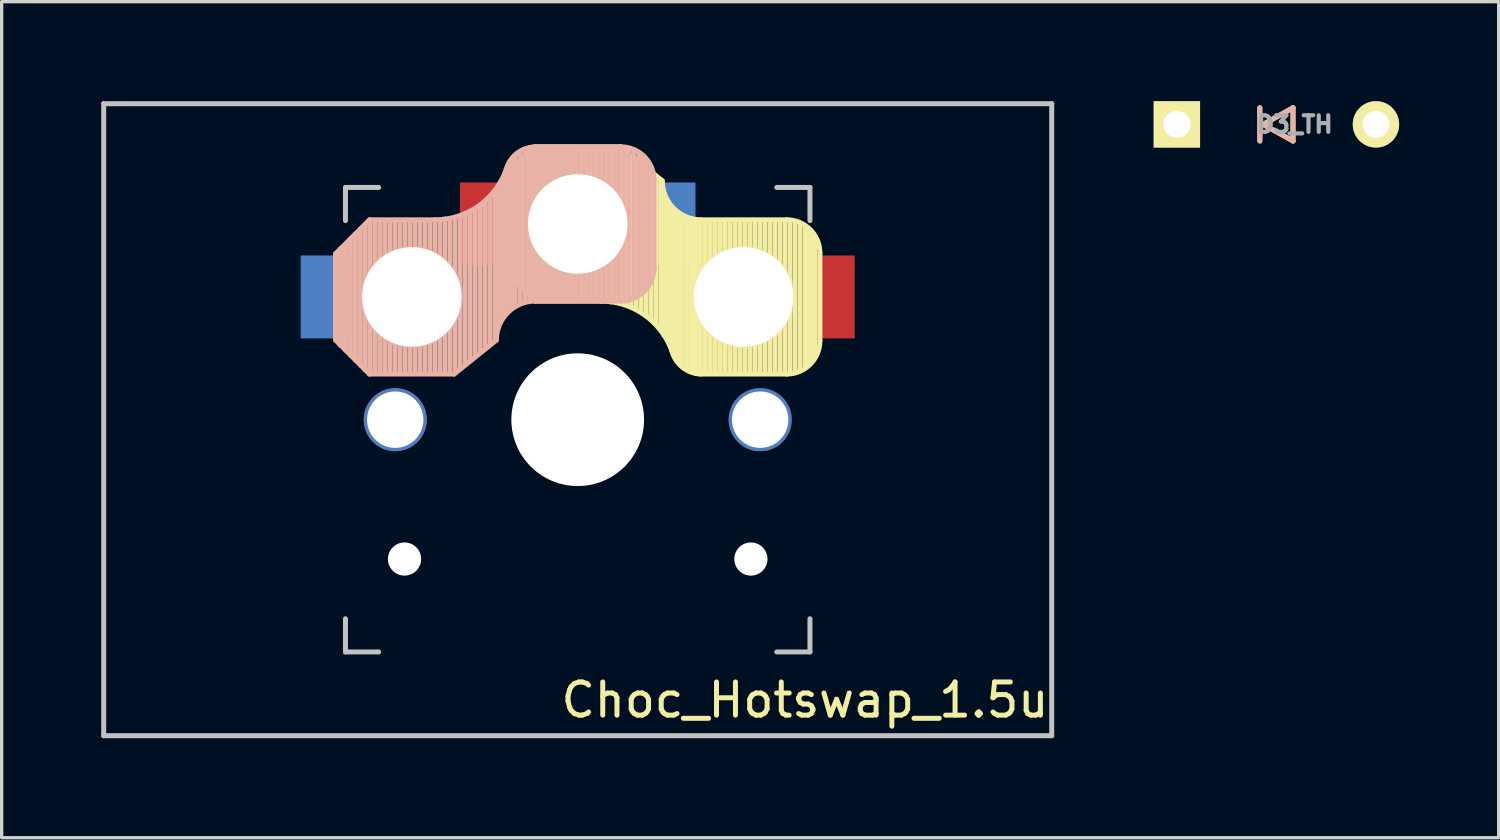
<source format=kicad_pcb>
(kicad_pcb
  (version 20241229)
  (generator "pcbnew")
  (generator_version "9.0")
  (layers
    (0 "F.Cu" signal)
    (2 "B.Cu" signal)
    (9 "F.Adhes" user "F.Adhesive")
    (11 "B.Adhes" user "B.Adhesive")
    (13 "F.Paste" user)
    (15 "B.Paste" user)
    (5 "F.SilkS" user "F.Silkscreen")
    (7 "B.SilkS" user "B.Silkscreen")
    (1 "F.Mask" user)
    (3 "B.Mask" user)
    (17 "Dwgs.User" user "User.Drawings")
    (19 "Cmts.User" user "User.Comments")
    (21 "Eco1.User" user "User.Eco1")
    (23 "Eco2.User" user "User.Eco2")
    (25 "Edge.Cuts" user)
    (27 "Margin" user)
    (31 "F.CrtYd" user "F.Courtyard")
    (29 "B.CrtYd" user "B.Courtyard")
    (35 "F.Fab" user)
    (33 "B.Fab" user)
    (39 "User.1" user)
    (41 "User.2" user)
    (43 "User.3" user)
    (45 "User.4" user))
  (footprint "Choc_Hotswap_1.5u"
    (layer "F.Cu")
    (at 14.363 9.6)
    (property "Reference" "Choc_Hotswap_1.5u" (at 6.85 8.45 180) (layer "F.SilkS") (effects (font (size 1 1) (thickness 0.15))))
    (attr through_hole)
    (fp_line (start -2.3 -7.2) (end -2.3 -4.6) (stroke (width 0.15) (type solid)) (layer "F.SilkS"))
    (fp_line (start -2.3 -7.2) (end -1.275 -8.225) (stroke (width 0.15) (type solid)) (layer "F.SilkS"))
    (fp_line (start -2.3 -4.6) (end -1.275 -3.575) (stroke (width 0.15) (type solid)) (layer "F.SilkS"))
    (fp_line (start -2.15 -4.45) (end -2.15 -7.35) (stroke (width 0.15) (type solid)) (layer "F.SilkS"))
    (fp_line (start -2 -4.35) (end -2 -7.5) (stroke (width 0.15) (type solid)) (layer "F.SilkS"))
    (fp_line (start -1.85 -4.15) (end -1.85 -7.65) (stroke (width 0.15) (type solid)) (layer "F.SilkS"))
    (fp_line (start -1.7 -4) (end -1.7 -7.8) (stroke (width 0.15) (type solid)) (layer "F.SilkS"))
    (fp_line (start -1.55 -3.85) (end -1.55 -7.95) (stroke (width 0.15) (type solid)) (layer "F.SilkS"))
    (fp_line (start -1.4 -3.75) (end -1.4 -8.1) (stroke (width 0.15) (type solid)) (layer "F.SilkS"))
    (fp_line (start -1.25 -3.6) (end -1.25 -8.2) (stroke (width 0.15) (type solid)) (layer "F.SilkS"))
    (fp_line (start -1.1 -3.6) (end -1.1 -8.2) (stroke (width 0.15) (type solid)) (layer "F.SilkS"))
    (fp_line (start -0.95 -3.6) (end -0.95 -8.2) (stroke (width 0.15) (type solid)) (layer "F.SilkS"))
    (fp_line (start -0.8 -3.6) (end -0.8 -8.2) (stroke (width 0.15) (type solid)) (layer "F.SilkS"))
    (fp_line (start -0.65 -3.6) (end -0.65 -8.2) (stroke (width 0.15) (type solid)) (layer "F.SilkS"))
    (fp_line (start -0.5 -3.6) (end -0.5 -8.2) (stroke (width 0.15) (type solid)) (layer "F.SilkS"))
    (fp_line (start -0.35 -3.6) (end -0.35 -8.2) (stroke (width 0.15) (type solid)) (layer "F.SilkS"))
    (fp_line (start -0.2 -3.6) (end -0.2 -8.2) (stroke (width 0.15) (type solid)) (layer "F.SilkS"))
    (fp_line (start -0.05 -3.6) (end -0.05 -8.2) (stroke (width 0.15) (type solid)) (layer "F.SilkS"))
    (fp_line (start 0.1 -3.6) (end 0.1 -8.2) (stroke (width 0.15) (type solid)) (layer "F.SilkS"))
    (fp_line (start 0.25 -3.6) (end 0.25 -8.2) (stroke (width 0.15) (type solid)) (layer "F.SilkS"))
    (fp_line (start 0.4 -3.6) (end 0.4 -8.2) (stroke (width 0.15) (type solid)) (layer "F.SilkS"))
    (fp_line (start 0.55 -3.6) (end 0.55 -8.2) (stroke (width 0.15) (type solid)) (layer "F.SilkS"))
    (fp_line (start 0.7 -3.6) (end 0.7 -8.2) (stroke (width 0.15) (type solid)) (layer "F.SilkS"))
    (fp_line (start 0.7 -3.575) (end -1.275 -3.575) (stroke (width 0.15) (type solid)) (layer "F.SilkS"))
    (fp_line (start 0.85 -3.6) (end 0.85 -8.15) (stroke (width 0.15) (type solid)) (layer "F.SilkS"))
    (fp_line (start 1 -3.55) (end 1 -8.2) (stroke (width 0.15) (type solid)) (layer "F.SilkS"))
    (fp_line (start 1.15 -3.55) (end 1.15 -8.2) (stroke (width 0.15) (type solid)) (layer "F.SilkS"))
    (fp_line (start 1.275 -8.225) (end -1.275 -8.225) (stroke (width 0.15) (type solid)) (layer "F.SilkS"))
    (fp_line (start 1.275 -8.225) (end 2.55 -7.2) (stroke (width 0.15) (type solid)) (layer "F.SilkS"))
    (fp_line (start 1.3 -3.55) (end 1.3 -8.15) (stroke (width 0.15) (type solid)) (layer "F.SilkS"))
    (fp_line (start 1.45 -3.5) (end 1.45 -8.05) (stroke (width 0.15) (type solid)) (layer "F.SilkS"))
    (fp_line (start 1.6 -3.4) (end 1.6 -7.95) (stroke (width 0.15) (type solid)) (layer "F.SilkS"))
    (fp_line (start 1.75 -3.35) (end 1.75 -7.8) (stroke (width 0.15) (type solid)) (layer "F.SilkS"))
    (fp_line (start 1.9 -3.25) (end 1.9 -7.7) (stroke (width 0.15) (type solid)) (layer "F.SilkS"))
    (fp_line (start 2.05 -3.15) (end 2.05 -7.55) (stroke (width 0.15) (type solid)) (layer "F.SilkS"))
    (fp_line (start 2.2 -3.05) (end 2.2 -7.45) (stroke (width 0.15) (type solid)) (layer "F.SilkS"))
    (fp_line (start 2.35 -2.9) (end 2.35 -7.35) (stroke (width 0.15) (type solid)) (layer "F.SilkS"))
    (fp_line (start 2.5 -2.75) (end 2.5 -7.2) (stroke (width 0.15) (type solid)) (layer "F.SilkS"))
    (fp_line (start 2.6 -2.55) (end 2.6 -6.7) (stroke (width 0.15) (type solid)) (layer "F.SilkS"))
    (fp_line (start 2.7 -2.4) (end 2.7 -6.55) (stroke (width 0.15) (type solid)) (layer "F.SilkS"))
    (fp_line (start 2.8 -2.2) (end 2.8 -6.35) (stroke (width 0.15) (type solid)) (layer "F.SilkS"))
    (fp_line (start 2.9 -2.05) (end 2.9 -6.25) (stroke (width 0.15) (type solid)) (layer "F.SilkS"))
    (fp_line (start 3 -1.8) (end 3 -6.2) (stroke (width 0.15) (type solid)) (layer "F.SilkS"))
    (fp_line (start 3.1 -1.65) (end 3.1 -6.15) (stroke (width 0.15) (type solid)) (layer "F.SilkS"))
    (fp_line (start 3.25 -1.55) (end 3.25 -6.1) (stroke (width 0.15) (type solid)) (layer "F.SilkS"))
    (fp_line (start 3.4 -1.45) (end 3.4 -6) (stroke (width 0.15) (type solid)) (layer "F.SilkS"))
    (fp_line (start 3.55 -1.4) (end 3.55 -6) (stroke (width 0.15) (type solid)) (layer "F.SilkS"))
    (fp_line (start 3.7 -1.4) (end 3.7 -6) (stroke (width 0.15) (type solid)) (layer "F.SilkS"))
    (fp_line (start 3.85 -1.4) (end 3.85 -5.95) (stroke (width 0.15) (type solid)) (layer "F.SilkS"))
    (fp_line (start 4 -1.4) (end 4 -6) (stroke (width 0.15) (type solid)) (layer "F.SilkS"))
    (fp_line (start 4.15 -1.4) (end 4.15 -6) (stroke (width 0.15) (type solid)) (layer "F.SilkS"))
    (fp_line (start 4.3 -1.4) (end 4.3 -6) (stroke (width 0.15) (type solid)) (layer "F.SilkS"))
    (fp_line (start 4.45 -1.4) (end 4.45 -6) (stroke (width 0.15) (type solid)) (layer "F.SilkS"))
    (fp_line (start 4.6 -1.4) (end 4.6 -6) (stroke (width 0.15) (type solid)) (layer "F.SilkS"))
    (fp_line (start 4.75 -1.4) (end 4.75 -6) (stroke (width 0.15) (type solid)) (layer "F.SilkS"))
    (fp_line (start 4.9 -1.4) (end 4.9 -6) (stroke (width 0.15) (type solid)) (layer "F.SilkS"))
    (fp_line (start 5.05 -1.4) (end 5.05 -6) (stroke (width 0.15) (type solid)) (layer "F.SilkS"))
    (fp_line (start 5.2 -1.4) (end 5.2 -6) (stroke (width 0.15) (type solid)) (layer "F.SilkS"))
    (fp_line (start 5.35 -1.4) (end 5.35 -6) (stroke (width 0.15) (type solid)) (layer "F.SilkS"))
    (fp_line (start 5.5 -1.4) (end 5.5 -6) (stroke (width 0.15) (type solid)) (layer "F.SilkS"))
    (fp_line (start 5.65 -1.4) (end 5.65 -6) (stroke (width 0.15) (type solid)) (layer "F.SilkS"))
    (fp_line (start 5.8 -1.4) (end 5.8 -6) (stroke (width 0.15) (type solid)) (layer "F.SilkS"))
    (fp_line (start 5.95 -1.4) (end 5.95 -6) (stroke (width 0.15) (type solid)) (layer "F.SilkS"))
    (fp_line (start 6.1 -1.4) (end 6.1 -6) (stroke (width 0.15) (type solid)) (layer "F.SilkS"))
    (fp_line (start 6.25 -1.4) (end 6.25 -6) (stroke (width 0.15) (type solid)) (layer "F.SilkS"))
    (fp_line (start 6.3 -6.025) (end 3.725 -6.025) (stroke (width 0.15) (type solid)) (layer "F.SilkS"))
    (fp_line (start 6.3 -1.375) (end 3.7 -1.375) (stroke (width 0.15) (type solid)) (layer "F.SilkS"))
    (fp_line (start 6.4 -1.4) (end 6.4 -5.95) (stroke (width 0.15) (type solid)) (layer "F.SilkS"))
    (fp_line (start 6.55 -1.45) (end 6.55 -5.95) (stroke (width 0.15) (type solid)) (layer "F.SilkS"))
    (fp_line (start 6.7 -1.5) (end 6.7 -5.9) (stroke (width 0.15) (type solid)) (layer "F.SilkS"))
    (fp_line (start 6.85 -1.6) (end 6.85 -5.8) (stroke (width 0.15) (type solid)) (layer "F.SilkS"))
    (fp_line (start 6.95 -1.7) (end 6.95 -5.65) (stroke (width 0.15) (type solid)) (layer "F.SilkS"))
    (fp_line (start 7.05 -1.8) (end 7.05 -5.55) (stroke (width 0.15) (type solid)) (layer "F.SilkS"))
    (fp_line (start 7.15 -1.95) (end 7.15 -5.5) (stroke (width 0.15) (type solid)) (layer "F.SilkS"))
    (fp_line (start 7.3 -5.025) (end 7.3 -2.375) (stroke (width 0.15) (type solid)) (layer "F.SilkS"))
    (fp_arc (start 0.7 -3.575) (mid 2.004886 -3.163571) (end 2.837801 -2.078096) (stroke (width 0.15) (type solid)) (layer "F.SilkS"))
    (fp_arc (start 3.699005 -1.376209) (mid 3.151716 -1.583979) (end 2.837801 -2.078096) (stroke (width 0.15) (type solid)) (layer "F.SilkS"))
    (fp_arc (start 3.725 -6.025) (mid 2.89415 -6.36915) (end 2.55 -7.2) (stroke (width 0.15) (type solid)) (layer "F.SilkS"))
    (fp_arc (start 6.3 -6.025) (mid 7.007107 -5.732107) (end 7.3 -5.025) (stroke (width 0.15) (type solid)) (layer "F.SilkS"))
    (fp_arc (start 7.3 -2.375) (mid 7.007107 -1.667893) (end 6.3 -1.375) (stroke (width 0.15) (type solid)) (layer "F.SilkS"))
    (fp_line (start -7.3 -5) (end -6.275 -6.025) (stroke (width 0.15) (type solid)) (layer "B.SilkS"))
    (fp_line (start -7.3 -2.4) (end -7.3 -5) (stroke (width 0.15) (type solid)) (layer "B.SilkS"))
    (fp_line (start -7.3 -2.4) (end -6.275 -1.375) (stroke (width 0.15) (type solid)) (layer "B.SilkS"))
    (fp_line (start -7.15 -5.15) (end -7.15 -2.25) (stroke (width 0.15) (type solid)) (layer "B.SilkS"))
    (fp_line (start -7 -5.25) (end -7 -2.1) (stroke (width 0.15) (type solid)) (layer "B.SilkS"))
    (fp_line (start -6.85 -5.45) (end -6.85 -1.95) (stroke (width 0.15) (type solid)) (layer "B.SilkS"))
    (fp_line (start -6.7 -5.6) (end -6.7 -1.8) (stroke (width 0.15) (type solid)) (layer "B.SilkS"))
    (fp_line (start -6.55 -5.75) (end -6.55 -1.65) (stroke (width 0.15) (type solid)) (layer "B.SilkS"))
    (fp_line (start -6.4 -5.85) (end -6.4 -1.5) (stroke (width 0.15) (type solid)) (layer "B.SilkS"))
    (fp_line (start -6.25 -6) (end -6.25 -1.4) (stroke (width 0.15) (type solid)) (layer "B.SilkS"))
    (fp_line (start -6.1 -6) (end -6.1 -1.4) (stroke (width 0.15) (type solid)) (layer "B.SilkS"))
    (fp_line (start -5.95 -6) (end -5.95 -1.4) (stroke (width 0.15) (type solid)) (layer "B.SilkS"))
    (fp_line (start -5.8 -6) (end -5.8 -1.4) (stroke (width 0.15) (type solid)) (layer "B.SilkS"))
    (fp_line (start -5.65 -6) (end -5.65 -1.4) (stroke (width 0.15) (type solid)) (layer "B.SilkS"))
    (fp_line (start -5.5 -6) (end -5.5 -1.4) (stroke (width 0.15) (type solid)) (layer "B.SilkS"))
    (fp_line (start -5.35 -6) (end -5.35 -1.4) (stroke (width 0.15) (type solid)) (layer "B.SilkS"))
    (fp_line (start -5.2 -6) (end -5.2 -1.4) (stroke (width 0.15) (type solid)) (layer "B.SilkS"))
    (fp_line (start -5.05 -6) (end -5.05 -1.4) (stroke (width 0.15) (type solid)) (layer "B.SilkS"))
    (fp_line (start -4.9 -6) (end -4.9 -1.4) (stroke (width 0.15) (type solid)) (layer "B.SilkS"))
    (fp_line (start -4.75 -6) (end -4.75 -1.4) (stroke (width 0.15) (type solid)) (layer "B.SilkS"))
    (fp_line (start -4.6 -6) (end -4.6 -1.4) (stroke (width 0.15) (type solid)) (layer "B.SilkS"))
    (fp_line (start -4.45 -6) (end -4.45 -1.4) (stroke (width 0.15) (type solid)) (layer "B.SilkS"))
    (fp_line (start -4.3 -6.025) (end -6.275 -6.025) (stroke (width 0.15) (type solid)) (layer "B.SilkS"))
    (fp_line (start -4.3 -6) (end -4.3 -1.4) (stroke (width 0.15) (type solid)) (layer "B.SilkS"))
    (fp_line (start -4.15 -6) (end -4.15 -1.45) (stroke (width 0.15) (type solid)) (layer "B.SilkS"))
    (fp_line (start -4 -6.05) (end -4 -1.4) (stroke (width 0.15) (type solid)) (layer "B.SilkS"))
    (fp_line (start -3.85 -6.05) (end -3.85 -1.4) (stroke (width 0.15) (type solid)) (layer "B.SilkS"))
    (fp_line (start -3.725 -1.375) (end -6.275 -1.375) (stroke (width 0.15) (type solid)) (layer "B.SilkS"))
    (fp_line (start -3.725 -1.375) (end -2.45 -2.4) (stroke (width 0.15) (type solid)) (layer "B.SilkS"))
    (fp_line (start -3.7 -6.05) (end -3.7 -1.45) (stroke (width 0.15) (type solid)) (layer "B.SilkS"))
    (fp_line (start -3.55 -6.1) (end -3.55 -1.55) (stroke (width 0.15) (type solid)) (layer "B.SilkS"))
    (fp_line (start -3.4 -6.2) (end -3.4 -1.65) (stroke (width 0.15) (type solid)) (layer "B.SilkS"))
    (fp_line (start -3.25 -6.25) (end -3.25 -1.8) (stroke (width 0.15) (type solid)) (layer "B.SilkS"))
    (fp_line (start -3.1 -6.35) (end -3.1 -1.9) (stroke (width 0.15) (type solid)) (layer "B.SilkS"))
    (fp_line (start -2.95 -6.45) (end -2.95 -2.05) (stroke (width 0.15) (type solid)) (layer "B.SilkS"))
    (fp_line (start -2.8 -6.55) (end -2.8 -2.15) (stroke (width 0.15) (type solid)) (layer "B.SilkS"))
    (fp_line (start -2.65 -6.7) (end -2.65 -2.25) (stroke (width 0.15) (type solid)) (layer "B.SilkS"))
    (fp_line (start -2.5 -6.85) (end -2.5 -2.4) (stroke (width 0.15) (type solid)) (layer "B.SilkS"))
    (fp_line (start -2.4 -7.05) (end -2.4 -2.9) (stroke (width 0.15) (type solid)) (layer "B.SilkS"))
    (fp_line (start -2.3 -7.2) (end -2.3 -3.05) (stroke (width 0.15) (type solid)) (layer "B.SilkS"))
    (fp_line (start -2.2 -7.4) (end -2.2 -3.25) (stroke (width 0.15) (type solid)) (layer "B.SilkS"))
    (fp_line (start -2.1 -7.55) (end -2.1 -3.35) (stroke (width 0.15) (type solid)) (layer "B.SilkS"))
    (fp_line (start -2 -7.8) (end -2 -3.4) (stroke (width 0.15) (type solid)) (layer "B.SilkS"))
    (fp_line (start -1.9 -7.95) (end -1.9 -3.45) (stroke (width 0.15) (type solid)) (layer "B.SilkS"))
    (fp_line (start -1.75 -8.05) (end -1.75 -3.5) (stroke (width 0.15) (type solid)) (layer "B.SilkS"))
    (fp_line (start -1.6 -8.15) (end -1.6 -3.6) (stroke (width 0.15) (type solid)) (layer "B.SilkS"))
    (fp_line (start -1.45 -8.2) (end -1.45 -3.6) (stroke (width 0.15) (type solid)) (layer "B.SilkS"))
    (fp_line (start -1.3 -8.2) (end -1.3 -3.6) (stroke (width 0.15) (type solid)) (layer "B.SilkS"))
    (fp_line (start -1.15 -8.2) (end -1.15 -3.65) (stroke (width 0.15) (type solid)) (layer "B.SilkS"))
    (fp_line (start -1 -8.2) (end -1 -3.6) (stroke (width 0.15) (type solid)) (layer "B.SilkS"))
    (fp_line (start -0.85 -8.2) (end -0.85 -3.6) (stroke (width 0.15) (type solid)) (layer "B.SilkS"))
    (fp_line (start -0.7 -8.2) (end -0.7 -3.6) (stroke (width 0.15) (type solid)) (layer "B.SilkS"))
    (fp_line (start -0.55 -8.2) (end -0.55 -3.6) (stroke (width 0.15) (type solid)) (layer "B.SilkS"))
    (fp_line (start -0.4 -8.2) (end -0.4 -3.6) (stroke (width 0.15) (type solid)) (layer "B.SilkS"))
    (fp_line (start -0.25 -8.2) (end -0.25 -3.6) (stroke (width 0.15) (type solid)) (layer "B.SilkS"))
    (fp_line (start -0.1 -8.2) (end -0.1 -3.6) (stroke (width 0.15) (type solid)) (layer "B.SilkS"))
    (fp_line (start 0.05 -8.2) (end 0.05 -3.6) (stroke (width 0.15) (type solid)) (layer "B.SilkS"))
    (fp_line (start 0.2 -8.2) (end 0.2 -3.6) (stroke (width 0.15) (type solid)) (layer "B.SilkS"))
    (fp_line (start 0.35 -8.2) (end 0.35 -3.6) (stroke (width 0.15) (type solid)) (layer "B.SilkS"))
    (fp_line (start 0.5 -8.2) (end 0.5 -3.6) (stroke (width 0.15) (type solid)) (layer "B.SilkS"))
    (fp_line (start 0.65 -8.2) (end 0.65 -3.6) (stroke (width 0.15) (type solid)) (layer "B.SilkS"))
    (fp_line (start 0.8 -8.2) (end 0.8 -3.6) (stroke (width 0.15) (type solid)) (layer "B.SilkS"))
    (fp_line (start 0.95 -8.2) (end 0.95 -3.6) (stroke (width 0.15) (type solid)) (layer "B.SilkS"))
    (fp_line (start 1.1 -8.2) (end 1.1 -3.6) (stroke (width 0.15) (type solid)) (layer "B.SilkS"))
    (fp_line (start 1.25 -8.2) (end 1.25 -3.6) (stroke (width 0.15) (type solid)) (layer "B.SilkS"))
    (fp_line (start 1.3 -8.225) (end -1.3 -8.225) (stroke (width 0.15) (type solid)) (layer "B.SilkS"))
    (fp_line (start 1.3 -3.575) (end -1.275 -3.575) (stroke (width 0.15) (type solid)) (layer "B.SilkS"))
    (fp_line (start 1.4 -8.2) (end 1.4 -3.65) (stroke (width 0.15) (type solid)) (layer "B.SilkS"))
    (fp_line (start 1.55 -8.15) (end 1.55 -3.65) (stroke (width 0.15) (type solid)) (layer "B.SilkS"))
    (fp_line (start 1.7 -8.1) (end 1.7 -3.7) (stroke (width 0.15) (type solid)) (layer "B.SilkS"))
    (fp_line (start 1.85 -8) (end 1.85 -3.8) (stroke (width 0.15) (type solid)) (layer "B.SilkS"))
    (fp_line (start 1.95 -7.9) (end 1.95 -3.95) (stroke (width 0.15) (type solid)) (layer "B.SilkS"))
    (fp_line (start 2.05 -7.8) (end 2.05 -4.05) (stroke (width 0.15) (type solid)) (layer "B.SilkS"))
    (fp_line (start 2.15 -7.65) (end 2.15 -4.1) (stroke (width 0.15) (type solid)) (layer "B.SilkS"))
    (fp_line (start 2.3 -4.575) (end 2.3 -7.225) (stroke (width 0.15) (type solid)) (layer "B.SilkS"))
    (fp_arc (start -2.45 -2.4) (mid -2.10585 -3.23085) (end -1.275 -3.575) (stroke (width 0.15) (type solid)) (layer "B.SilkS"))
    (fp_arc (start -2.162199 -7.521904) (mid -2.995113 -6.436429) (end -4.3 -6.025) (stroke (width 0.15) (type solid)) (layer "B.SilkS"))
    (fp_arc (start -2.162199 -7.521904) (mid -1.848284 -8.016021) (end -1.300995 -8.223791) (stroke (width 0.15) (type solid)) (layer "B.SilkS"))
    (fp_arc (start 1.3 -8.225) (mid 2.007107 -7.932107) (end 2.3 -7.225) (stroke (width 0.15) (type solid)) (layer "B.SilkS"))
    (fp_arc (start 2.3 -4.575) (mid 2.007107 -3.867893) (end 1.3 -3.575) (stroke (width 0.15) (type solid)) (layer "B.SilkS"))
    (fp_line (start -14.287 -9.525) (end -14.287 9.525) (stroke (width 0.15) (type solid)) (layer "Dwgs.User"))
    (fp_line (start -14.287 9.525) (end 14.287 9.525) (stroke (width 0.15) (type solid)) (layer "Dwgs.User"))
    (fp_line (start -7 -7) (end -7 -6) (stroke (width 0.15) (type solid)) (layer "Dwgs.User"))
    (fp_line (start -7 6) (end -7 7) (stroke (width 0.15) (type solid)) (layer "Dwgs.User"))
    (fp_line (start -7 7) (end -6 7) (stroke (width 0.15) (type solid)) (layer "Dwgs.User"))
    (fp_line (start -6 -7) (end -7 -7) (stroke (width 0.15) (type solid)) (layer "Dwgs.User"))
    (fp_line (start 6 -7) (end 7 -7) (stroke (width 0.15) (type solid)) (layer "Dwgs.User"))
    (fp_line (start 7 -7) (end 7 -6) (stroke (width 0.15) (type solid)) (layer "Dwgs.User"))
    (fp_line (start 7 6) (end 7 7) (stroke (width 0.15) (type solid)) (layer "Dwgs.User"))
    (fp_line (start 7 7) (end 6 7) (stroke (width 0.15) (type solid)) (layer "Dwgs.User"))
    (fp_line (start 14.287 -9.525) (end -14.287 -9.525) (stroke (width 0.15) (type solid)) (layer "Dwgs.User"))
    (fp_line (start 14.287 9.525) (end 14.287 -9.525) (stroke (width 0.15) (type solid)) (layer "Dwgs.User"))
    (pad "" np_thru_hole circle (at -5.5 0 90) (size 1.9 1.9) (drill 1.7) (layers "*.Cu" "*.Mask"))
    (pad "" np_thru_hole circle (at -5.22 4.2) (size 1 1) (drill 1) (layers "*.Cu" "*.Mask"))
    (pad "" np_thru_hole circle (at -5 -3.7 90) (size 3.1 3.1) (drill 3) (layers "*.Cu" "*.Mask"))
    (pad "" np_thru_hole circle (at 0 -5.9 90) (size 3.1 3.1) (drill 3) (layers "*.Cu" "*.Mask"))
    (pad "" np_thru_hole circle (at 0 0 90) (size 4 4) (drill 4) (layers "*.Cu" "*.Mask"))
    (pad "" np_thru_hole circle (at 5 -3.7 270) (size 3.1 3.1) (drill 3) (layers "*.Cu" "*.Mask"))
    (pad "" np_thru_hole circle (at 5.22 4.2) (size 1 1) (drill 1) (layers "*.Cu" "*.Mask"))
    (pad "" np_thru_hole circle (at 5.5 0 90) (size 1.9 1.9) (drill 1.7) (layers "*.Cu" "*.Mask"))
    (pad "1" smd rect (at -7.6 -3.7) (size 1.5 2.5) (layers "B.Cu" "B.Mask" "B.Paste"))
    (pad "1" smd rect (at 7.6 -3.7) (size 1.5 2.5) (layers "F.Cu" "F.Mask" "F.Paste"))
    (pad "2" smd rect (at -2.8 -5.9) (size 1.5 2.5) (layers "F.Cu" "F.Mask" "F.Paste"))
    (pad "2" smd rect (at 2.8 -5.9) (size 1.5 2.5) (layers "B.Cu" "B.Mask" "B.Paste")))
  (footprint "D3_TH"
    (layer "F.Cu")
    (at 35.423 0.699)
    (property "Reference" "D3_TH" (at 0.55 0 0) (layer "F.Fab") (effects (font (size 0.5 0.5) (thickness 0.125))))
    (attr through_hole)
    (fp_line (start -0.5 -0.5) (end -0.5 0.5) (stroke (width 0.15) (type solid)) (layer "F.SilkS"))
    (fp_line (start -0.4 0) (end 0.5 -0.5) (stroke (width 0.15) (type solid)) (layer "F.SilkS"))
    (fp_line (start 0.5 -0.5) (end 0.5 0.5) (stroke (width 0.15) (type solid)) (layer "F.SilkS"))
    (fp_line (start 0.5 0.5) (end -0.4 0) (stroke (width 0.15) (type solid)) (layer "F.SilkS"))
    (fp_line (start -0.5 -0.5) (end -0.5 0.5) (stroke (width 0.15) (type solid)) (layer "B.SilkS"))
    (fp_line (start -0.4 0) (end 0.5 -0.5) (stroke (width 0.15) (type solid)) (layer "B.SilkS"))
    (fp_line (start 0.5 -0.5) (end 0.5 0.5) (stroke (width 0.15) (type solid)) (layer "B.SilkS"))
    (fp_line (start 0.5 0.5) (end -0.4 0) (stroke (width 0.15) (type solid)) (layer "B.SilkS"))
    (pad "1" thru_hole rect (at -3 0) (size 1.397 1.397) (drill 0.813) (layers "*.Cu" "B.Mask" "F.SilkS"))
    (pad "2" thru_hole circle (at 3 0) (size 1.397 1.397) (drill 0.813) (layers "*.Cu" "B.Mask" "F.SilkS")))
  (gr_rect
    (start -3 -3)
    (end 42.122 22.2)
    (stroke (width 0.1) (type default))
    (fill no)
    (layer "Edge.Cuts")))
</source>
